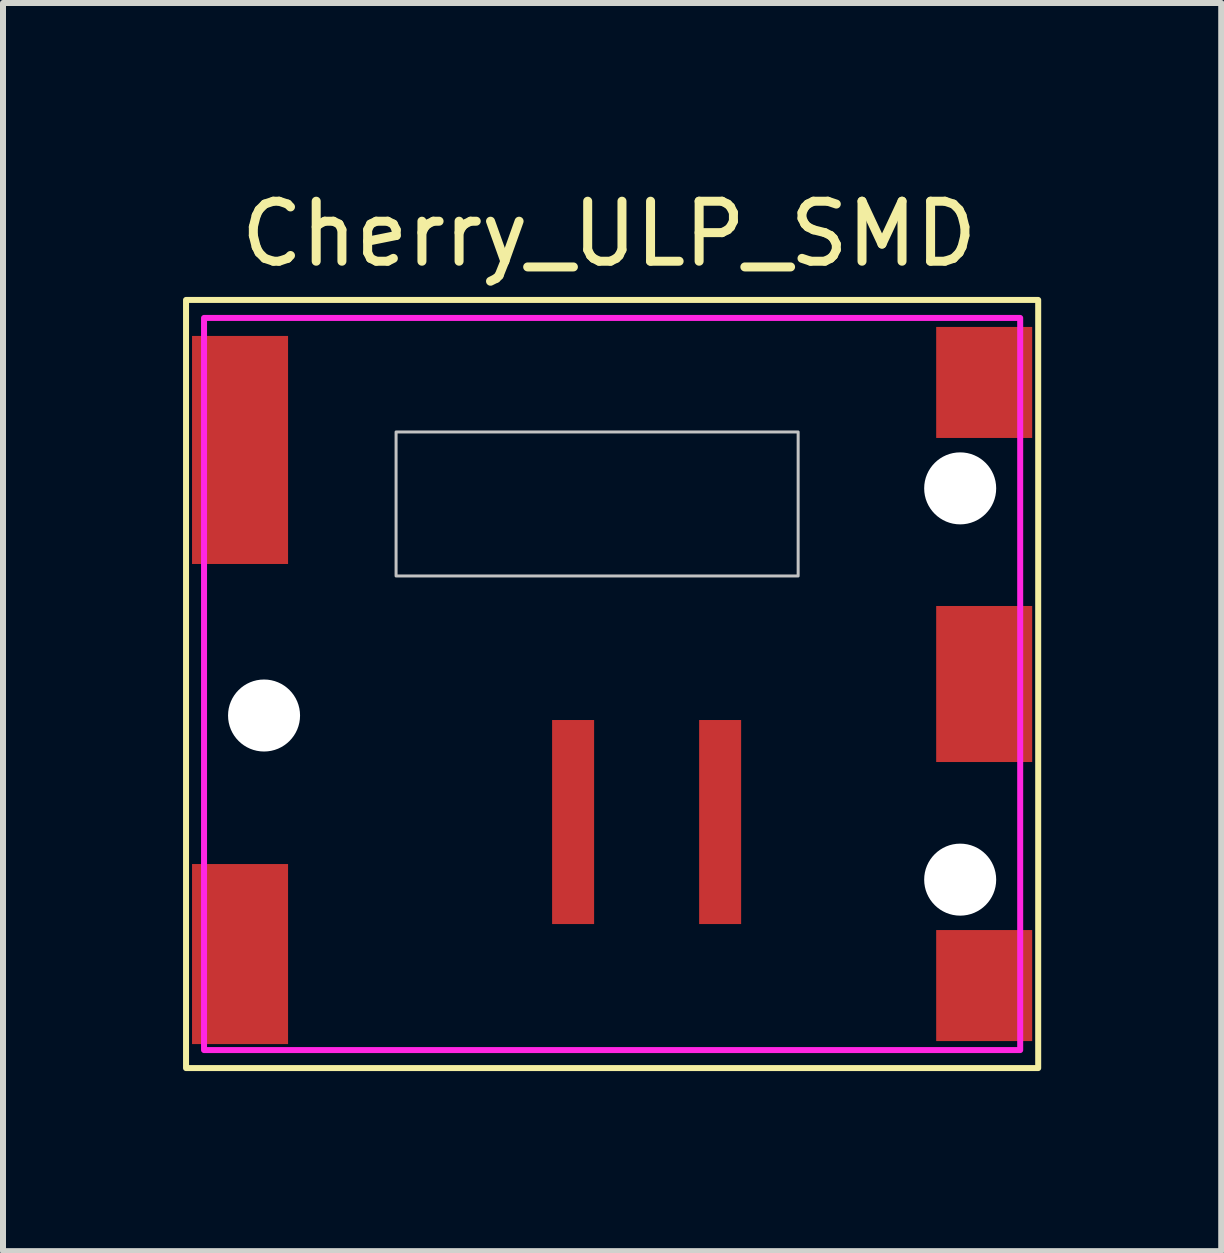
<source format=kicad_pcb>
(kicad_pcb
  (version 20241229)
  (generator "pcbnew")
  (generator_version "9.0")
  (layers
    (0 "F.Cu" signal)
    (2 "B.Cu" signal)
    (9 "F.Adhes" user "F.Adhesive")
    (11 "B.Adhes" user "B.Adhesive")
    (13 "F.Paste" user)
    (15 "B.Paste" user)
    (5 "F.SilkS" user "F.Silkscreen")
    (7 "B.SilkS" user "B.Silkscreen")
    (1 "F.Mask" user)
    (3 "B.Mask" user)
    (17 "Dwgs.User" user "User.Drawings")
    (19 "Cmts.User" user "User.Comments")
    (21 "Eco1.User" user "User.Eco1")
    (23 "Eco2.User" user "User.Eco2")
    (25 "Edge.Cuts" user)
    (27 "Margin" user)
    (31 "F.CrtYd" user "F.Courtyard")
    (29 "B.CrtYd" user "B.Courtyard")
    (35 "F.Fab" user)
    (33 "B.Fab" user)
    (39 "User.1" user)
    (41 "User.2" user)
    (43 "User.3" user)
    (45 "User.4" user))
  (footprint "Cherry_ULP_SMD"
    (layer "F.Cu")
    (at 7.15 8.348)
    (property "Reference" "Cherry_ULP_SMD" (at -0.05 -7.5 0) (unlocked yes) (layer "F.SilkS") (effects (font (size 1 1) (thickness 0.15))))
    (attr smd)
    (fp_rect (start -7.1 -6.4) (end 7.1 6.4) (stroke (width 0.1) (type solid)) (fill no) (layer "F.SilkS"))
    (fp_rect (start -3.6 -1.8) (end 3.1 -4.2) (stroke (width 0.05) (type solid)) (fill no) (layer "Dwgs.User"))
    (fp_rect (start -6.8 -6.1) (end 6.8 6.1) (stroke (width 0.1) (type solid)) (fill no) (layer "F.CrtYd"))
    (pad "" np_thru_hole circle (at -5.8 0.525) (size 1.2 1.2) (drill 1.2) (layers "*.Cu" "*.Mask"))
    (pad "" np_thru_hole circle (at 5.8 -3.26) (size 1.2 1.2) (drill 1.2) (layers "*.Cu" "*.Mask"))
    (pad "" np_thru_hole circle (at 5.8 3.26) (size 1.2 1.2) (drill 1.2) (layers "*.Cu" "*.Mask"))
    (pad "1" smd rect (at -0.65 2.3) (size 0.7 3.4) (layers "F.Cu" "F.Mask" "F.Paste"))
    (pad "2" smd rect (at 1.8 2.3) (size 0.7 3.4) (layers "F.Cu" "F.Mask" "F.Paste"))
    (pad "3" smd rect (at -6.2 -3.9) (size 1.6 3.8) (layers "F.Cu" "F.Mask" "F.Paste"))
    (pad "3" smd rect (at -6.2 4.5) (size 1.6 3) (layers "F.Cu" "F.Mask" "F.Paste"))
    (pad "3" smd rect (at 6.2 -5.025) (size 1.6 1.85) (layers "F.Cu" "F.Mask" "F.Paste"))
    (pad "3" smd rect (at 6.2 0) (size 1.6 2.6) (layers "F.Cu" "F.Mask" "F.Paste"))
    (pad "3" smd rect (at 6.2 5.025) (size 1.6 1.85) (layers "F.Cu" "F.Mask" "F.Paste"))
    (zone (net_name "") (layer "Dwgs.User") (hatch edge 0.508) (connect_pads) (min_thickness 0.254) (filled_areas_thickness no) (keepout (tracks not_allowed) (vias not_allowed) (pads not_allowed) (copperpour not_allowed) (footprints allowed)) (placement (enabled no)) (fill) (polygon (pts (xy 5.95 12.548) (xy 2.15 12.548) (xy 2.15 10.548) (xy 5.95 10.548)))))
  (gr_rect
    (start -3 -3)
    (end 17.3 17.798)
    (stroke (width 0.1) (type default))
    (fill no)
    (layer "Edge.Cuts")))
</source>
